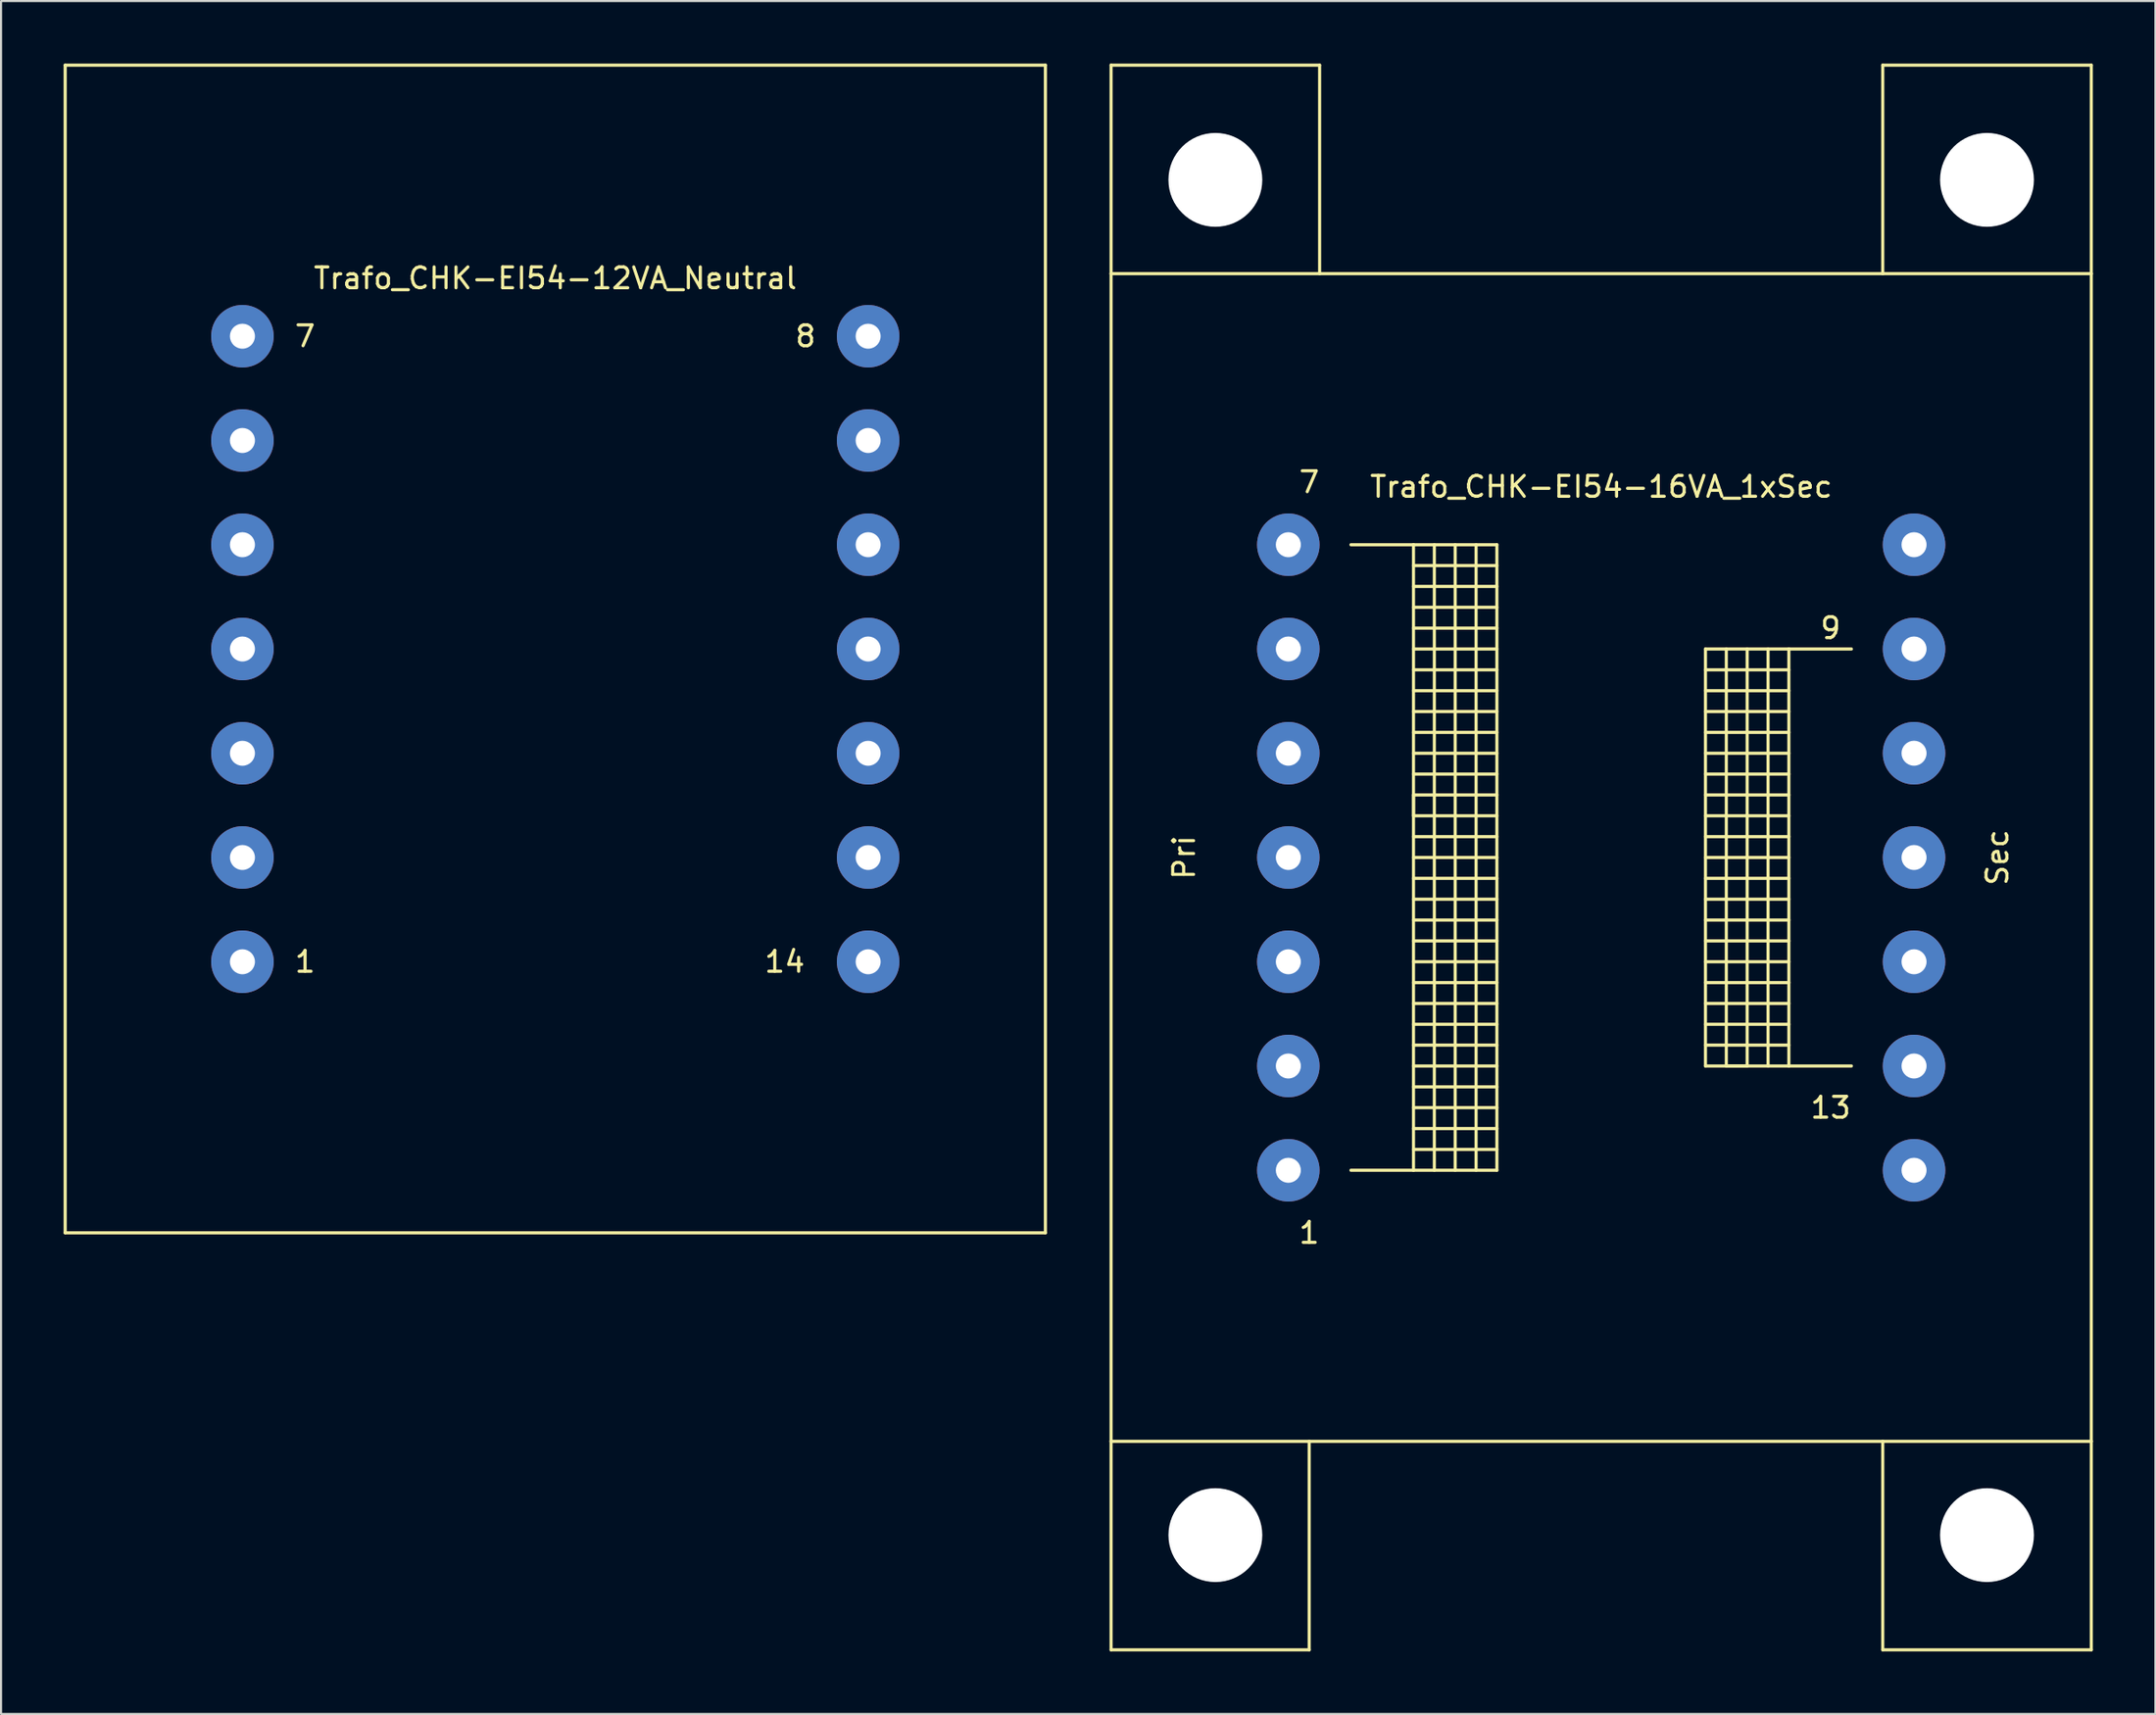
<source format=kicad_pcb>
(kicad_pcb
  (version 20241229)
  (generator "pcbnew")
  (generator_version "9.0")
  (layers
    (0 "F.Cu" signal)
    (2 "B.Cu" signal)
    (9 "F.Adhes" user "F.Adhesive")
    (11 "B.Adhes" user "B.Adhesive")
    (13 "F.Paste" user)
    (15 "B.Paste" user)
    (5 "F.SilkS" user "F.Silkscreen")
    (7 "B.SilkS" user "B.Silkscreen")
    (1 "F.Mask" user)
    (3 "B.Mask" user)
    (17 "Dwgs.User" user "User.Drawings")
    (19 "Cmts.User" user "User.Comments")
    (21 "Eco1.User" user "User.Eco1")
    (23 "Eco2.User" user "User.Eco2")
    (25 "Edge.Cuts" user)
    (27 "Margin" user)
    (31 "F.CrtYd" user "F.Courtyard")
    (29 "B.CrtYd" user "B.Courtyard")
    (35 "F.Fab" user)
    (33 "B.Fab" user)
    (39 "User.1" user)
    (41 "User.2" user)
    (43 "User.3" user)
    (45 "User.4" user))
  (footprint "Trafo_CHK-EI54-12VA_Neutral"
    (layer "F.Cu")
    (at 23.575 28.076)
    (property "Reference" "Trafo_CHK-EI54-12VA_Neutral" (at 0 -17.78 0) (layer "F.SilkS") (effects (font (size 1 1) (thickness 0.15))))
    (attr through_hole)
    (fp_line (start -23.5 -28.001) (end -23.5 28.001) (stroke (width 0.15) (type solid)) (layer "F.SilkS"))
    (fp_line (start -23.5 28.001) (end 23.5 28.001) (stroke (width 0.15) (type solid)) (layer "F.SilkS"))
    (fp_line (start 23.5 -28.001) (end -23.5 -28.001) (stroke (width 0.15) (type solid)) (layer "F.SilkS"))
    (fp_line (start 23.5 28.001) (end 23.5 -28.001) (stroke (width 0.15) (type solid)) (layer "F.SilkS"))
    (fp_text user "7" (at -11.999 -15.001 0) (layer "F.SilkS") (effects (font (size 1 1) (thickness 0.15))))
    (fp_text user "8" (at 11.999 -15.001 0) (layer "F.SilkS") (effects (font (size 1 1) (thickness 0.15))))
    (fp_text user "1" (at -11.999 15.001 0) (layer "F.SilkS") (effects (font (size 1 1) (thickness 0.15))))
    (fp_text user "14" (at 11.001 15.001 0) (layer "F.SilkS") (effects (font (size 1 1) (thickness 0.15))))
    (pad "1" thru_hole circle (at -15.001 15.001) (size 3 3) (drill 1.199) (layers "*.Cu" "*.Mask"))
    (pad "2" thru_hole circle (at -15.001 10) (size 3 3) (drill 1.199) (layers "*.Cu" "*.Mask"))
    (pad "3" thru_hole circle (at -15.001 5.001) (size 3 3) (drill 1.199) (layers "*.Cu" "*.Mask"))
    (pad "4" thru_hole circle (at -15.001 0) (size 3 3) (drill 1.199) (layers "*.Cu" "*.Mask"))
    (pad "5" thru_hole circle (at -15.001 -5.001) (size 3 3) (drill 1.199) (layers "*.Cu" "*.Mask"))
    (pad "6" thru_hole circle (at -15.001 -10) (size 3 3) (drill 1.199) (layers "*.Cu" "*.Mask"))
    (pad "7" thru_hole circle (at -15.001 -15.001) (size 3 3) (drill 1.199) (layers "*.Cu" "*.Mask"))
    (pad "8" thru_hole circle (at 15.001 -15.001) (size 3 3) (drill 1.199) (layers "*.Cu" "*.Mask"))
    (pad "9" thru_hole circle (at 15.001 -10) (size 3 3) (drill 1.199) (layers "*.Cu" "*.Mask"))
    (pad "10" thru_hole circle (at 15.001 -5.001) (size 3 3) (drill 1.199) (layers "*.Cu" "*.Mask"))
    (pad "11" thru_hole circle (at 15.001 0) (size 3 3) (drill 1.199) (layers "*.Cu" "*.Mask"))
    (pad "12" thru_hole circle (at 15.001 5.001) (size 3 3) (drill 1.199) (layers "*.Cu" "*.Mask"))
    (pad "13" thru_hole circle (at 15.001 10) (size 3 3) (drill 1.199) (layers "*.Cu" "*.Mask"))
    (pad "14" thru_hole circle (at 15.001 15.001) (size 3 3) (drill 1.199) (layers "*.Cu" "*.Mask")))
  (footprint "Trafo_CHK-EI54-16VA_1xSec"
    (layer "F.Cu")
    (at 73.725 38.076)
    (property "Reference" "Trafo_CHK-EI54-16VA_1xSec" (at 0 -17.78 0) (layer "F.SilkS") (effects (font (size 1 1) (thickness 0.15))))
    (attr through_hole)
    (fp_line (start -23.5 -38.001) (end -13.5 -38.001) (stroke (width 0.15) (type solid)) (layer "F.SilkS"))
    (fp_line (start -23.5 -28.001) (end -23.5 -38.001) (stroke (width 0.15) (type solid)) (layer "F.SilkS"))
    (fp_line (start -23.5 -28.001) (end -23.5 28.001) (stroke (width 0.15) (type solid)) (layer "F.SilkS"))
    (fp_line (start -23.5 28.001) (end -23.5 38.001) (stroke (width 0.15) (type solid)) (layer "F.SilkS"))
    (fp_line (start -23.5 28.001) (end 23.5 28.001) (stroke (width 0.15) (type solid)) (layer "F.SilkS"))
    (fp_line (start -23.5 38.001) (end -14 38.001) (stroke (width 0.15) (type solid)) (layer "F.SilkS"))
    (fp_line (start -14 38.001) (end -14 28.001) (stroke (width 0.15) (type solid)) (layer "F.SilkS"))
    (fp_line (start -13.5 -38.001) (end -13.5 -28.001) (stroke (width 0.15) (type solid)) (layer "F.SilkS"))
    (fp_line (start -11.999 -15.001) (end -8.999 -15.001) (stroke (width 0.15) (type solid)) (layer "F.SilkS"))
    (fp_line (start -8.999 -15.001) (end -8.999 15.001) (stroke (width 0.15) (type solid)) (layer "F.SilkS"))
    (fp_line (start -8.999 -15.001) (end -5.001 -15.001) (stroke (width 0.15) (type solid)) (layer "F.SilkS"))
    (fp_line (start -8.999 -14) (end -5.001 -14) (stroke (width 0.15) (type solid)) (layer "F.SilkS"))
    (fp_line (start -8.999 -11.999) (end -5.001 -11.999) (stroke (width 0.15) (type solid)) (layer "F.SilkS"))
    (fp_line (start -8.999 -10) (end -5.001 -10) (stroke (width 0.15) (type solid)) (layer "F.SilkS"))
    (fp_line (start -8.999 -8.001) (end -5.001 -8.001) (stroke (width 0.15) (type solid)) (layer "F.SilkS"))
    (fp_line (start -8.999 -5.999) (end -5.001 -5.999) (stroke (width 0.15) (type solid)) (layer "F.SilkS"))
    (fp_line (start -8.999 -4) (end -5.001 -4) (stroke (width 0.15) (type solid)) (layer "F.SilkS"))
    (fp_line (start -8.999 -3) (end -8.999 -1.999) (stroke (width 0.15) (type solid)) (layer "F.SilkS"))
    (fp_line (start -8.999 -1.999) (end -5.001 -1.999) (stroke (width 0.15) (type solid)) (layer "F.SilkS"))
    (fp_line (start -8.999 0) (end -5.001 0) (stroke (width 0.15) (type solid)) (layer "F.SilkS"))
    (fp_line (start -8.999 1.999) (end -5.001 1.999) (stroke (width 0.15) (type solid)) (layer "F.SilkS"))
    (fp_line (start -8.999 4) (end -5.001 4) (stroke (width 0.15) (type solid)) (layer "F.SilkS"))
    (fp_line (start -8.999 5.999) (end -5.001 5.999) (stroke (width 0.15) (type solid)) (layer "F.SilkS"))
    (fp_line (start -8.999 8.001) (end -5.001 8.001) (stroke (width 0.15) (type solid)) (layer "F.SilkS"))
    (fp_line (start -8.999 10) (end -5.001 10) (stroke (width 0.15) (type solid)) (layer "F.SilkS"))
    (fp_line (start -8.999 11.999) (end -5.001 11.999) (stroke (width 0.15) (type solid)) (layer "F.SilkS"))
    (fp_line (start -8.999 14) (end -5.001 14) (stroke (width 0.15) (type solid)) (layer "F.SilkS"))
    (fp_line (start -8.999 15.001) (end -11.999 15.001) (stroke (width 0.15) (type solid)) (layer "F.SilkS"))
    (fp_line (start -8.001 15.001) (end -8.001 -15.001) (stroke (width 0.15) (type solid)) (layer "F.SilkS"))
    (fp_line (start -7 -15.001) (end -7 15.001) (stroke (width 0.15) (type solid)) (layer "F.SilkS"))
    (fp_line (start -5.999 15.001) (end -5.999 -15.001) (stroke (width 0.15) (type solid)) (layer "F.SilkS"))
    (fp_line (start -5.001 -15.001) (end -5.001 15.001) (stroke (width 0.15) (type solid)) (layer "F.SilkS"))
    (fp_line (start -5.001 -13) (end -8.999 -13) (stroke (width 0.15) (type solid)) (layer "F.SilkS"))
    (fp_line (start -5.001 -11.001) (end -8.999 -11.001) (stroke (width 0.15) (type solid)) (layer "F.SilkS"))
    (fp_line (start -5.001 -8.999) (end -8.999 -8.999) (stroke (width 0.15) (type solid)) (layer "F.SilkS"))
    (fp_line (start -5.001 -7) (end -8.999 -7) (stroke (width 0.15) (type solid)) (layer "F.SilkS"))
    (fp_line (start -5.001 -5.001) (end -8.999 -5.001) (stroke (width 0.15) (type solid)) (layer "F.SilkS"))
    (fp_line (start -5.001 -3) (end -8.999 -3) (stroke (width 0.15) (type solid)) (layer "F.SilkS"))
    (fp_line (start -5.001 -1.001) (end -8.999 -1.001) (stroke (width 0.15) (type solid)) (layer "F.SilkS"))
    (fp_line (start -5.001 1.001) (end -8.999 1.001) (stroke (width 0.15) (type solid)) (layer "F.SilkS"))
    (fp_line (start -5.001 3) (end -8.999 3) (stroke (width 0.15) (type solid)) (layer "F.SilkS"))
    (fp_line (start -5.001 5.001) (end -8.999 5.001) (stroke (width 0.15) (type solid)) (layer "F.SilkS"))
    (fp_line (start -5.001 7) (end -8.999 7) (stroke (width 0.15) (type solid)) (layer "F.SilkS"))
    (fp_line (start -5.001 8.999) (end -8.999 8.999) (stroke (width 0.15) (type solid)) (layer "F.SilkS"))
    (fp_line (start -5.001 11.001) (end -8.999 11.001) (stroke (width 0.15) (type solid)) (layer "F.SilkS"))
    (fp_line (start -5.001 13) (end -8.999 13) (stroke (width 0.15) (type solid)) (layer "F.SilkS"))
    (fp_line (start -5.001 15.001) (end -8.999 15.001) (stroke (width 0.15) (type solid)) (layer "F.SilkS"))
    (fp_line (start 5.001 -10) (end 5.001 10) (stroke (width 0.15) (type solid)) (layer "F.SilkS"))
    (fp_line (start 5.001 -8.999) (end 8.999 -8.999) (stroke (width 0.15) (type solid)) (layer "F.SilkS"))
    (fp_line (start 5.001 -7) (end 8.999 -7) (stroke (width 0.15) (type solid)) (layer "F.SilkS"))
    (fp_line (start 5.001 -5.001) (end 8.999 -5.001) (stroke (width 0.15) (type solid)) (layer "F.SilkS"))
    (fp_line (start 5.001 -3) (end 8.999 -3) (stroke (width 0.15) (type solid)) (layer "F.SilkS"))
    (fp_line (start 5.001 -1.001) (end 8.999 -1.001) (stroke (width 0.15) (type solid)) (layer "F.SilkS"))
    (fp_line (start 5.001 1.001) (end 8.999 1.001) (stroke (width 0.15) (type solid)) (layer "F.SilkS"))
    (fp_line (start 5.001 3) (end 8.999 3) (stroke (width 0.15) (type solid)) (layer "F.SilkS"))
    (fp_line (start 5.001 5.001) (end 8.999 5.001) (stroke (width 0.15) (type solid)) (layer "F.SilkS"))
    (fp_line (start 5.001 7) (end 8.999 7) (stroke (width 0.15) (type solid)) (layer "F.SilkS"))
    (fp_line (start 5.001 8.999) (end 8.999 8.999) (stroke (width 0.15) (type solid)) (layer "F.SilkS"))
    (fp_line (start 5.001 10) (end 8.999 10) (stroke (width 0.15) (type solid)) (layer "F.SilkS"))
    (fp_line (start 5.999 10) (end 5.999 -10) (stroke (width 0.15) (type solid)) (layer "F.SilkS"))
    (fp_line (start 7 -10) (end 7 10) (stroke (width 0.15) (type solid)) (layer "F.SilkS"))
    (fp_line (start 7 10) (end 5.999 10) (stroke (width 0.15) (type solid)) (layer "F.SilkS"))
    (fp_line (start 8.001 10) (end 8.001 -10) (stroke (width 0.15) (type solid)) (layer "F.SilkS"))
    (fp_line (start 8.999 -10) (end 5.001 -10) (stroke (width 0.15) (type solid)) (layer "F.SilkS"))
    (fp_line (start 8.999 -10) (end 8.999 10) (stroke (width 0.15) (type solid)) (layer "F.SilkS"))
    (fp_line (start 8.999 -8.001) (end 5.001 -8.001) (stroke (width 0.15) (type solid)) (layer "F.SilkS"))
    (fp_line (start 8.999 -5.999) (end 5.001 -5.999) (stroke (width 0.15) (type solid)) (layer "F.SilkS"))
    (fp_line (start 8.999 -4) (end 5.001 -4) (stroke (width 0.15) (type solid)) (layer "F.SilkS"))
    (fp_line (start 8.999 -1.999) (end 5.001 -1.999) (stroke (width 0.15) (type solid)) (layer "F.SilkS"))
    (fp_line (start 8.999 0) (end 5.001 0) (stroke (width 0.15) (type solid)) (layer "F.SilkS"))
    (fp_line (start 8.999 1.999) (end 5.001 1.999) (stroke (width 0.15) (type solid)) (layer "F.SilkS"))
    (fp_line (start 8.999 4) (end 5.001 4) (stroke (width 0.15) (type solid)) (layer "F.SilkS"))
    (fp_line (start 8.999 5.999) (end 5.001 5.999) (stroke (width 0.15) (type solid)) (layer "F.SilkS"))
    (fp_line (start 8.999 8.001) (end 5.001 8.001) (stroke (width 0.15) (type solid)) (layer "F.SilkS"))
    (fp_line (start 8.999 10) (end 11.999 10) (stroke (width 0.15) (type solid)) (layer "F.SilkS"))
    (fp_line (start 11.999 -10) (end 8.999 -10) (stroke (width 0.15) (type solid)) (layer "F.SilkS"))
    (fp_line (start 13.5 -38.001) (end 13.5 -28.001) (stroke (width 0.15) (type solid)) (layer "F.SilkS"))
    (fp_line (start 13.5 38.001) (end 13.5 28.001) (stroke (width 0.15) (type solid)) (layer "F.SilkS"))
    (fp_line (start 23.5 -38.001) (end 13.5 -38.001) (stroke (width 0.15) (type solid)) (layer "F.SilkS"))
    (fp_line (start 23.5 -28.001) (end -23.5 -28.001) (stroke (width 0.15) (type solid)) (layer "F.SilkS"))
    (fp_line (start 23.5 -28.001) (end 23.5 -38.001) (stroke (width 0.15) (type solid)) (layer "F.SilkS"))
    (fp_line (start 23.5 28.001) (end 23.5 -28.001) (stroke (width 0.15) (type solid)) (layer "F.SilkS"))
    (fp_line (start 23.5 28.001) (end 23.5 38.001) (stroke (width 0.15) (type solid)) (layer "F.SilkS"))
    (fp_line (start 23.5 38.001) (end 13.5 38.001) (stroke (width 0.15) (type solid)) (layer "F.SilkS"))
    (fp_text user "9" (at 10.998 -11.001 0) (layer "F.SilkS") (effects (font (size 1 1) (thickness 0.15))))
    (fp_text user "7" (at -14 -18.001 0) (layer "F.SilkS") (effects (font (size 1 1) (thickness 0.15))))
    (fp_text user "13" (at 11.001 11.999 0) (layer "F.SilkS") (effects (font (size 1 1) (thickness 0.15))))
    (fp_text user "Sec" (at 18.999 0 90) (layer "F.SilkS") (effects (font (size 1 1) (thickness 0.15))))
    (fp_text user "Pri" (at -20 0 90) (layer "F.SilkS") (effects (font (size 1 1) (thickness 0.15))))
    (fp_text user "1" (at -14 18.001 0) (layer "F.SilkS") (effects (font (size 1 1) (thickness 0.15))))
    (pad "" np_thru_hole circle (at -18.499 -32.499) (size 4.501 4.501) (drill 4.501) (layers "*.Cu" "*.Mask"))
    (pad "" np_thru_hole circle (at -18.499 32.499) (size 4.501 4.501) (drill 4.501) (layers "*.Cu" "*.Mask"))
    (pad "" np_thru_hole circle (at 18.499 -32.499) (size 4.501 4.501) (drill 4.501) (layers "*.Cu" "*.Mask"))
    (pad "" np_thru_hole circle (at 18.499 32.499) (size 4.501 4.501) (drill 4.501) (layers "*.Cu" "*.Mask"))
    (pad "1" thru_hole circle (at -15.001 15.001) (size 3 3) (drill 1.199) (layers "*.Cu" "*.Mask"))
    (pad "2" thru_hole circle (at -15.001 10) (size 3 3) (drill 1.199) (layers "*.Cu" "*.Mask"))
    (pad "3" thru_hole circle (at -15.001 5.001) (size 3 3) (drill 1.199) (layers "*.Cu" "*.Mask"))
    (pad "4" thru_hole circle (at -15.001 0) (size 3 3) (drill 1.199) (layers "*.Cu" "*.Mask"))
    (pad "5" thru_hole circle (at -15.001 -5.001) (size 3 3) (drill 1.199) (layers "*.Cu" "*.Mask"))
    (pad "6" thru_hole circle (at -15.001 -10) (size 3 3) (drill 1.199) (layers "*.Cu" "*.Mask"))
    (pad "7" thru_hole circle (at -15.001 -15.001) (size 3 3) (drill 1.199) (layers "*.Cu" "*.Mask"))
    (pad "8" thru_hole circle (at 15.001 -15.001) (size 3 3) (drill 1.199) (layers "*.Cu" "*.Mask"))
    (pad "9" thru_hole circle (at 15.001 -10) (size 3 3) (drill 1.199) (layers "*.Cu" "*.Mask"))
    (pad "10" thru_hole circle (at 15.001 -5.001) (size 3 3) (drill 1.199) (layers "*.Cu" "*.Mask"))
    (pad "11" thru_hole circle (at 15.001 0) (size 3 3) (drill 1.199) (layers "*.Cu" "*.Mask"))
    (pad "12" thru_hole circle (at 15.001 5.001) (size 3 3) (drill 1.199) (layers "*.Cu" "*.Mask"))
    (pad "13" thru_hole circle (at 15.001 10) (size 3 3) (drill 1.199) (layers "*.Cu" "*.Mask"))
    (pad "14" thru_hole circle (at 15.001 15.001) (size 3 3) (drill 1.199) (layers "*.Cu" "*.Mask")))
  (gr_rect
    (start -3 -3)
    (end 100.3 79.152)
    (stroke (width 0.1) (type default))
    (fill no)
    (layer "Edge.Cuts")))
</source>
